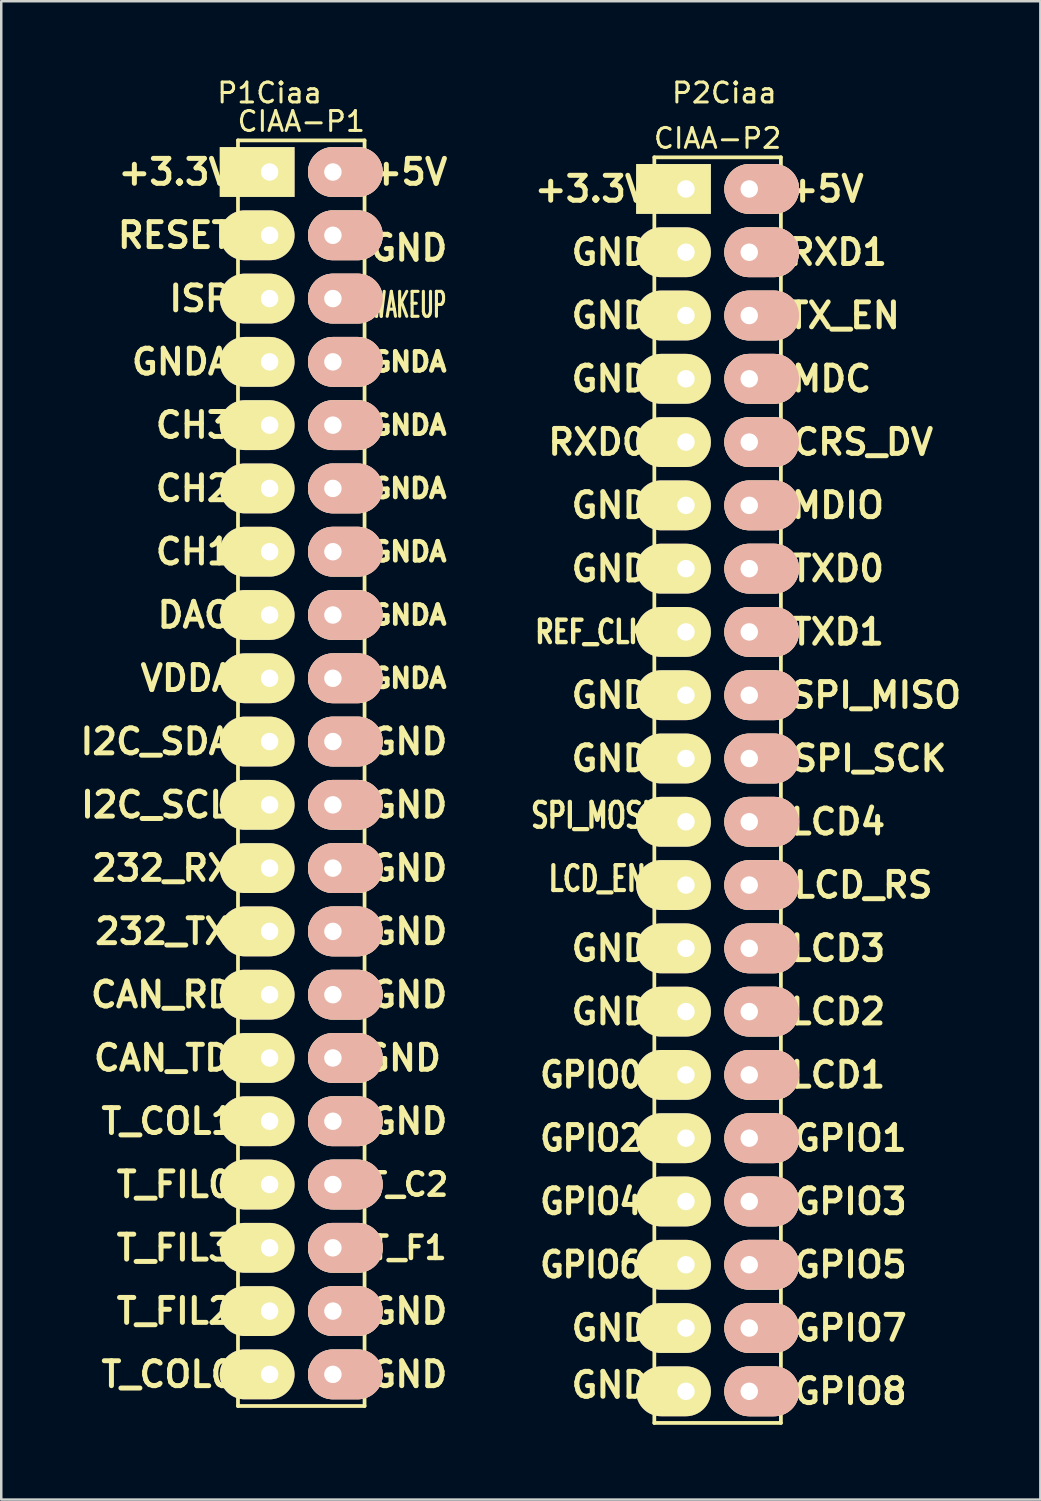
<source format=kicad_pcb>
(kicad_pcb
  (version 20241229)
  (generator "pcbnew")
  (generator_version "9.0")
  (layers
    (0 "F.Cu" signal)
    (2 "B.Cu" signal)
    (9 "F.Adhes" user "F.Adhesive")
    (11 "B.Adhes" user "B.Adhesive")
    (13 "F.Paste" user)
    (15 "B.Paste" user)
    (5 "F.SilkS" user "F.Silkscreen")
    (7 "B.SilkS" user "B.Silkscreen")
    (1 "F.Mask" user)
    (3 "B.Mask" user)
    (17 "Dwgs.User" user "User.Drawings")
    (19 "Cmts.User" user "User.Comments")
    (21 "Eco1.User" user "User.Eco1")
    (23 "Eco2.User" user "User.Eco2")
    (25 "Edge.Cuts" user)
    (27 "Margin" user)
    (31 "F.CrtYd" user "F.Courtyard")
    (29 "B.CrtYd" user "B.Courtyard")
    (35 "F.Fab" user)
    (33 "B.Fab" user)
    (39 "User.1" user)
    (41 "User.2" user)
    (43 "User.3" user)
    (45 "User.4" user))
  (footprint "P1Ciaa"
    (layer "F.Cu")
    (at 7.772 3.854)
    (property "Reference" "P1Ciaa" (at 0 -3.175 0) (layer "F.SilkS") (effects (font (size 0.8 0.8) (thickness 0.12))))
    (attr through_hole)
    (fp_line (start -1.27 49.53) (end -1.27 -1.27) (stroke (width 0.15) (type solid)) (layer "F.SilkS"))
    (fp_line (start 3.81 -1.27) (end -1.27 -1.27) (stroke (width 0.15) (type solid)) (layer "F.SilkS"))
    (fp_line (start 3.81 49.53) (end -1.27 49.53) (stroke (width 0.15) (type solid)) (layer "F.SilkS"))
    (fp_line (start 3.81 49.53) (end 3.81 -1.27) (stroke (width 0.15) (type solid)) (layer "F.SilkS"))
    (fp_text user "GNDA" (at 5.588 20.32 0) (layer "F.SilkS") (effects (font (size 0.76 0.76) (thickness 0.19))))
    (fp_text user "CAN_RD" (at -4.318 33.02 0) (layer "F.SilkS") (effects (font (size 1 1) (thickness 0.2))))
    (fp_text user "GND" (at 5.588 38.1 0) (layer "F.SilkS") (effects (font (size 1 1) (thickness 0.2))))
    (fp_text user "T_F1" (at 5.588 43.18 0) (layer "F.SilkS") (effects (font (size 0.9 0.9) (thickness 0.18))))
    (fp_text user "232_TX" (at -4.318 30.48 0) (layer "F.SilkS") (effects (font (size 1 1) (thickness 0.2))))
    (fp_text user "GND" (at 5.588 27.94 0) (layer "F.SilkS") (effects (font (size 1 1) (thickness 0.2))))
    (fp_text user "WAKEUP" (at 5.588 5.334 0) (layer "F.SilkS") (effects (font (size 1 0.5) (thickness 0.125))))
    (fp_text user "GND" (at 5.588 48.26 0) (layer "F.SilkS") (effects (font (size 1 1) (thickness 0.2))))
    (fp_text user "T_FIL0" (at -3.81 40.64 0) (layer "F.SilkS") (effects (font (size 1 1) (thickness 0.2))))
    (fp_text user "CH1" (at -3.048 15.24 0) (layer "F.SilkS") (effects (font (size 1 1) (thickness 0.2))))
    (fp_text user "T_FIL3" (at -3.81 43.18 0) (layer "F.SilkS") (effects (font (size 1 1) (thickness 0.2))))
    (fp_text user "GNDA" (at 5.588 12.7 0) (layer "F.SilkS") (effects (font (size 0.76 0.76) (thickness 0.19))))
    (fp_text user "ISP" (at -2.794 5.08 0) (layer "F.SilkS") (effects (font (size 1 1) (thickness 0.2))))
    (fp_text user "CAN_TD" (at -4.318 35.56 0) (layer "F.SilkS") (effects (font (size 1 1) (thickness 0.2))))
    (fp_text user "GND" (at 5.588 25.4 0) (layer "F.SilkS") (effects (font (size 1 1) (thickness 0.2))))
    (fp_text user "GND" (at 5.588 33.02 0) (layer "F.SilkS") (effects (font (size 1 1) (thickness 0.2))))
    (fp_text user "T_COL1" (at -4.064 38.1 0) (layer "F.SilkS") (effects (font (size 1 1) (thickness 0.2))))
    (fp_text user "GND" (at 5.588 30.48 0) (layer "F.SilkS") (effects (font (size 1 1) (thickness 0.2))))
    (fp_text user "I2C_SCL" (at -4.572 25.4 0) (layer "F.SilkS") (effects (font (size 1 1) (thickness 0.2))))
    (fp_text user "GND" (at 5.334 35.56 0) (layer "F.SilkS") (effects (font (size 1 1) (thickness 0.2))))
    (fp_text user "CIAA-P1" (at 1.27 -2.032 0) (layer "F.SilkS") (effects (font (size 0.8 0.8) (thickness 0.12))))
    (fp_text user "T_COL0" (at -4.064 48.26 0) (layer "F.SilkS") (effects (font (size 1 1) (thickness 0.2))))
    (fp_text user "232_RX" (at -4.318 27.94 0) (layer "F.SilkS") (effects (font (size 1 1) (thickness 0.2))))
    (fp_text user "GND" (at 5.588 45.72 0) (layer "F.SilkS") (effects (font (size 1 1) (thickness 0.2))))
    (fp_text user "T_C2" (at 5.588 40.64 0) (layer "F.SilkS") (effects (font (size 0.9 0.9) (thickness 0.18))))
    (fp_text user "GNDA" (at 5.588 17.78 0) (layer "F.SilkS") (effects (font (size 0.76 0.76) (thickness 0.19))))
    (fp_text user "DAC" (at -3.048 17.78 0) (layer "F.SilkS") (effects (font (size 1 1) (thickness 0.2))))
    (fp_text user "GNDA" (at 5.588 10.16 0) (layer "F.SilkS") (effects (font (size 0.76 0.76) (thickness 0.19))))
    (fp_text user "+5V" (at 5.588 0 0) (layer "F.SilkS") (effects (font (size 1 1) (thickness 0.2))))
    (fp_text user "VDDA" (at -3.302 20.32 0) (layer "F.SilkS") (effects (font (size 1 1) (thickness 0.2))))
    (fp_text user "GNDA" (at 5.588 7.62 0) (layer "F.SilkS") (effects (font (size 0.76 0.76) (thickness 0.19))))
    (fp_text user "RESET" (at -3.81 2.54 0) (layer "F.SilkS") (effects (font (size 1 1) (thickness 0.2))))
    (fp_text user "CH2" (at -3.048 12.7 0) (layer "F.SilkS") (effects (font (size 1 1) (thickness 0.2))))
    (fp_text user "+3.3V" (at -3.81 0 0) (layer "F.SilkS") (effects (font (size 1 1) (thickness 0.2))))
    (fp_text user "T_FIL2" (at -3.81 45.72 0) (layer "F.SilkS") (effects (font (size 1 1) (thickness 0.2))))
    (fp_text user "GNDA" (at -3.556 7.62 0) (layer "F.SilkS") (effects (font (size 1 1) (thickness 0.2))))
    (fp_text user "GND" (at 5.588 22.86 0) (layer "F.SilkS") (effects (font (size 1 1) (thickness 0.2))))
    (fp_text user "GNDA" (at 5.588 15.24 0) (layer "F.SilkS") (effects (font (size 0.76 0.76) (thickness 0.19))))
    (fp_text user "CH3" (at -3.048 10.16 0) (layer "F.SilkS") (effects (font (size 1 1) (thickness 0.2))))
    (fp_text user "GND" (at 5.588 3.048 0) (layer "F.SilkS") (effects (font (size 1 1) (thickness 0.2))))
    (fp_text user "I2C_SDA" (at -4.572 22.86 0) (layer "F.SilkS") (effects (font (size 1 1) (thickness 0.2))))
    (pad "1" thru_hole rect (at 0 0 270) (size 2 3) (drill 0.7 (offset 0 0.5)) (layers "*.Cu" "*.Mask" "F.SilkS"))
    (pad "2" thru_hole oval (at 2.54 0 270) (size 2 3) (drill 0.7 (offset 0 -0.5)) (layers "*.Cu" "*.SilkS" "*.Mask"))
    (pad "3" thru_hole oval (at 0 2.54 270) (size 2 3) (drill 0.7 (offset 0 0.5)) (layers "*.Cu" "*.Mask" "F.SilkS"))
    (pad "4" thru_hole oval (at 2.54 2.54 270) (size 2 3) (drill 0.7 (offset 0 -0.5)) (layers "*.Cu" "*.SilkS" "*.Mask"))
    (pad "5" thru_hole oval (at 0 5.08 270) (size 2 3) (drill 0.7 (offset 0 0.5)) (layers "*.Cu" "*.Mask" "F.SilkS"))
    (pad "6" thru_hole oval (at 2.54 5.08 270) (size 2 3) (drill 0.7 (offset 0 -0.5)) (layers "*.Cu" "*.SilkS" "*.Mask"))
    (pad "7" thru_hole oval (at 0 7.62 270) (size 2 3) (drill 0.7 (offset 0 0.5)) (layers "*.Cu" "*.Mask" "F.SilkS"))
    (pad "8" thru_hole oval (at 2.54 7.62 270) (size 2 3) (drill 0.7 (offset 0 -0.5)) (layers "*.Cu" "*.SilkS" "*.Mask"))
    (pad "9" thru_hole oval (at 0 10.16 270) (size 2 3) (drill 0.7 (offset 0 0.5)) (layers "*.Cu" "*.Mask" "F.SilkS"))
    (pad "10" thru_hole oval (at 2.54 10.16 270) (size 2 3) (drill 0.7 (offset 0 -0.5)) (layers "*.Cu" "*.SilkS" "*.Mask"))
    (pad "11" thru_hole oval (at 0 12.7 270) (size 2 3) (drill 0.7 (offset 0 0.5)) (layers "*.Cu" "*.Mask" "F.SilkS"))
    (pad "12" thru_hole oval (at 2.54 12.7 270) (size 2 3) (drill 0.7 (offset 0 -0.5)) (layers "*.Cu" "*.SilkS" "*.Mask"))
    (pad "13" thru_hole oval (at 0 15.24 270) (size 2 3) (drill 0.7 (offset 0 0.5)) (layers "*.Cu" "*.Mask" "F.SilkS"))
    (pad "14" thru_hole oval (at 2.54 15.24 270) (size 2 3) (drill 0.7 (offset 0 -0.5)) (layers "*.Cu" "*.SilkS" "*.Mask"))
    (pad "15" thru_hole oval (at 0 17.78 270) (size 2 3) (drill 0.7 (offset 0 0.5)) (layers "*.Cu" "*.Mask" "F.SilkS"))
    (pad "16" thru_hole oval (at 2.54 17.78 270) (size 2 3) (drill 0.7 (offset 0 -0.5)) (layers "*.Cu" "*.SilkS" "*.Mask"))
    (pad "17" thru_hole oval (at 0 20.32 270) (size 2 3) (drill 0.7 (offset 0 0.5)) (layers "*.Cu" "*.Mask" "F.SilkS"))
    (pad "18" thru_hole oval (at 2.54 20.32 270) (size 2 3) (drill 0.7 (offset 0 -0.5)) (layers "*.Cu" "*.SilkS" "*.Mask"))
    (pad "19" thru_hole oval (at 0 22.86 270) (size 2 3) (drill 0.7 (offset 0 0.5)) (layers "*.Cu" "*.Mask" "F.SilkS"))
    (pad "20" thru_hole oval (at 2.54 22.86 270) (size 2 3) (drill 0.7 (offset 0 -0.5)) (layers "*.Cu" "*.SilkS" "*.Mask"))
    (pad "21" thru_hole oval (at 0 25.4 270) (size 2 3) (drill 0.7 (offset 0 0.5)) (layers "*.Cu" "*.Mask" "F.SilkS"))
    (pad "22" thru_hole oval (at 2.54 25.4 270) (size 2 3) (drill 0.7 (offset 0 -0.5)) (layers "*.Cu" "*.SilkS" "*.Mask"))
    (pad "23" thru_hole oval (at 0 27.94 270) (size 2 3) (drill 0.7 (offset 0 0.5)) (layers "*.Cu" "*.Mask" "F.SilkS"))
    (pad "24" thru_hole oval (at 2.54 27.94 270) (size 2 3) (drill 0.7 (offset 0 -0.5)) (layers "*.Cu" "*.SilkS" "*.Mask"))
    (pad "25" thru_hole oval (at 0 30.48 270) (size 2 3) (drill 0.7 (offset 0 0.5)) (layers "*.Cu" "*.Mask" "F.SilkS"))
    (pad "26" thru_hole oval (at 2.54 30.48 270) (size 2 3) (drill 0.7 (offset 0 -0.5)) (layers "*.Cu" "*.SilkS" "*.Mask"))
    (pad "27" thru_hole oval (at 0 33.02 270) (size 2 3) (drill 0.7 (offset 0 0.5)) (layers "*.Cu" "*.Mask" "F.SilkS"))
    (pad "28" thru_hole oval (at 2.54 33.02 270) (size 2 3) (drill 0.7 (offset 0 -0.5)) (layers "*.Cu" "*.SilkS" "*.Mask"))
    (pad "29" thru_hole oval (at 0 35.56 270) (size 2 3) (drill 0.7 (offset 0 0.5)) (layers "*.Cu" "*.Mask" "F.SilkS"))
    (pad "30" thru_hole oval (at 2.54 35.56 270) (size 2 3) (drill 0.7 (offset 0 -0.5)) (layers "*.Cu" "*.SilkS" "*.Mask"))
    (pad "31" thru_hole oval (at 0 38.1 270) (size 2 3) (drill 0.7 (offset 0 0.5)) (layers "*.Cu" "*.Mask" "F.SilkS"))
    (pad "32" thru_hole oval (at 2.54 38.1 270) (size 2 3) (drill 0.7 (offset 0 -0.5)) (layers "*.Cu" "*.SilkS" "*.Mask"))
    (pad "33" thru_hole oval (at 0 40.64 270) (size 2 3) (drill 0.7 (offset 0 0.5)) (layers "*.Cu" "*.Mask" "F.SilkS"))
    (pad "34" thru_hole oval (at 2.54 40.64 270) (size 2 3) (drill 0.7 (offset 0 -0.5)) (layers "*.Cu" "*.SilkS" "*.Mask"))
    (pad "35" thru_hole oval (at 0 43.18 270) (size 2 3) (drill 0.7 (offset 0 0.5)) (layers "*.Cu" "*.Mask" "F.SilkS"))
    (pad "36" thru_hole oval (at 2.54 43.18 270) (size 2 3) (drill 0.7 (offset 0 -0.5)) (layers "*.Cu" "*.SilkS" "*.Mask"))
    (pad "37" thru_hole oval (at 0 45.72 270) (size 2 3) (drill 0.7 (offset 0 0.5)) (layers "*.Cu" "*.Mask" "F.SilkS"))
    (pad "38" thru_hole oval (at 2.54 45.72 270) (size 2 3) (drill 0.7 (offset 0 -0.5)) (layers "*.Cu" "*.SilkS" "*.Mask"))
    (pad "39" thru_hole oval (at 0 48.26 270) (size 2 3) (drill 0.7 (offset 0 0.5)) (layers "*.Cu" "*.Mask" "F.SilkS"))
    (pad "40" thru_hole oval (at 2.54 48.26 270) (size 2 3) (drill 0.7 (offset 0 -0.5)) (layers "*.Cu" "*.SilkS" "*.Mask")))
  (footprint "P2Ciaa"
    (layer "F.Cu")
    (at 26.023 3.854)
    (property "Reference" "P2Ciaa" (at 0 -3.175 0) (layer "F.SilkS") (effects (font (size 0.8 0.8) (thickness 0.12))))
    (attr through_hole)
    (fp_line (start -2.81 -0.59) (end 2.27 -0.59) (stroke (width 0.15) (type solid)) (layer "F.SilkS"))
    (fp_line (start -2.81 0.68) (end -2.81 -0.59) (stroke (width 0.15) (type solid)) (layer "F.SilkS"))
    (fp_line (start -2.81 50.21) (end -2.81 0.68) (stroke (width 0.15) (type solid)) (layer "F.SilkS"))
    (fp_line (start 2.27 -0.59) (end 2.27 50.21) (stroke (width 0.15) (type solid)) (layer "F.SilkS"))
    (fp_line (start 2.27 50.21) (end -2.81 50.21) (stroke (width 0.15) (type solid)) (layer "F.SilkS"))
    (fp_text user "GND" (at -4.588 46.4 0) (layer "F.SilkS") (effects (font (size 1 1) (thickness 0.2))))
    (fp_text user "LCD_EN" (at -5.096 28.366 0) (layer "F.SilkS") (effects (font (size 1 0.7) (thickness 0.17))))
    (fp_text user "GPIO0" (at -5.35 36.24 0) (layer "F.SilkS") (effects (font (size 1 0.9) (thickness 0.2))))
    (fp_text user "GPIO1" (at 5.064 38.78 0) (layer "F.SilkS") (effects (font (size 1 1) (thickness 0.2))))
    (fp_text user "GND" (at -4.588 33.7 0) (layer "F.SilkS") (effects (font (size 1 1) (thickness 0.2))))
    (fp_text user "MDIO" (at 4.556 13.38 0) (layer "F.SilkS") (effects (font (size 1 1) (thickness 0.2))))
    (fp_text user "LCD2" (at 4.556 33.7 0) (layer "F.SilkS") (effects (font (size 1 1) (thickness 0.2))))
    (fp_text user "TXD0" (at 4.556 15.92 0) (layer "F.SilkS") (effects (font (size 1 1) (thickness 0.2))))
    (fp_text user "GND" (at -4.588 21 0) (layer "F.SilkS") (effects (font (size 1 1) (thickness 0.2))))
    (fp_text user "GND" (at -4.588 5.76 0) (layer "F.SilkS") (effects (font (size 1 1) (thickness 0.2))))
    (fp_text user "TX_EN" (at 4.81 5.76 0) (layer "F.SilkS") (effects (font (size 1 1) (thickness 0.2))))
    (fp_text user "+3.3V" (at -5.35 0.68 0) (layer "F.SilkS") (effects (font (size 1 1) (thickness 0.2))))
    (fp_text user "GPIO6" (at -5.35 43.86 0) (layer "F.SilkS") (effects (font (size 1 0.9) (thickness 0.2))))
    (fp_text user "GND" (at -4.588 23.54 0) (layer "F.SilkS") (effects (font (size 1 1) (thickness 0.2))))
    (fp_text user "SPI_MOSI" (at -5.35 25.826 0) (layer "F.SilkS") (effects (font (size 1 0.7) (thickness 0.17))))
    (fp_text user "LCD3" (at 4.556 31.16 0) (layer "F.SilkS") (effects (font (size 1 1) (thickness 0.2))))
    (fp_text user "GPIO3" (at 5.064 41.32 0) (layer "F.SilkS") (effects (font (size 1 1) (thickness 0.2))))
    (fp_text user "GND" (at -4.588 3.22 0) (layer "F.SilkS") (effects (font (size 1 1) (thickness 0.2))))
    (fp_text user "REF_CLK" (at -5.35 18.46 0) (layer "F.SilkS") (effects (font (size 0.9 0.7) (thickness 0.175))))
    (fp_text user "GPIO5" (at 5.064 43.86 0) (layer "F.SilkS") (effects (font (size 1 1) (thickness 0.2))))
    (fp_text user "SPI_MISO" (at 6.08 21 0) (layer "F.SilkS") (effects (font (size 1 1) (thickness 0.2))))
    (fp_text user "RXD0" (at -5.096 10.84 0) (layer "F.SilkS") (effects (font (size 1 1) (thickness 0.2))))
    (fp_text user "GPIO7" (at 5.064 46.4 0) (layer "F.SilkS") (effects (font (size 1 1) (thickness 0.2))))
    (fp_text user "GND" (at -4.588 31.16 0) (layer "F.SilkS") (effects (font (size 1 1) (thickness 0.2))))
    (fp_text user "RXD1" (at 4.556 3.22 0) (layer "F.SilkS") (effects (font (size 1 1) (thickness 0.2))))
    (fp_text user "GPIO4" (at -5.35 41.32 0) (layer "F.SilkS") (effects (font (size 1 0.9) (thickness 0.2))))
    (fp_text user "SPI_SCK" (at 5.826 23.54 0) (layer "F.SilkS") (effects (font (size 1 1) (thickness 0.2))))
    (fp_text user "CRS_DV" (at 5.572 10.84 0) (layer "F.SilkS") (effects (font (size 1 1) (thickness 0.2))))
    (fp_text user "LCD4" (at 4.556 26.08 0) (layer "F.SilkS") (effects (font (size 1 1) (thickness 0.2))))
    (fp_text user "CIAA-P2" (at -0.27 -1.352 0) (layer "F.SilkS") (effects (font (size 0.8 0.8) (thickness 0.12))))
    (fp_text user "MDC" (at 4.302 8.3 0) (layer "F.SilkS") (effects (font (size 1 1) (thickness 0.2))))
    (fp_text user "TXD1" (at 4.556 18.46 0) (layer "F.SilkS") (effects (font (size 1 1) (thickness 0.2))))
    (fp_text user "+5V" (at 4.048 0.68 0) (layer "F.SilkS") (effects (font (size 1 1) (thickness 0.2))))
    (fp_text user "GND" (at -4.588 15.92 0) (layer "F.SilkS") (effects (font (size 1 1) (thickness 0.2))))
    (fp_text user "GND" (at -4.588 13.38 0) (layer "F.SilkS") (effects (font (size 1 1) (thickness 0.2))))
    (fp_text user "GPIO8" (at 5.064 48.94 0) (layer "F.SilkS") (effects (font (size 1 1) (thickness 0.2))))
    (fp_text user "GND" (at -4.588 48.686 0) (layer "F.SilkS") (effects (font (size 1 1) (thickness 0.2))))
    (fp_text user "GPIO2" (at -5.35 38.78 0) (layer "F.SilkS") (effects (font (size 1 0.9) (thickness 0.2))))
    (fp_text user "GND" (at -4.588 8.3 0) (layer "F.SilkS") (effects (font (size 1 1) (thickness 0.2))))
    (fp_text user "LCD1" (at 4.556 36.24 0) (layer "F.SilkS") (effects (font (size 1 1) (thickness 0.2))))
    (fp_text user "LCD_RS" (at 5.572 28.62 0) (layer "F.SilkS") (effects (font (size 1 1) (thickness 0.2))))
    (pad "1" thru_hole rect (at -1.54 0.68 270) (size 2 3) (drill 0.7 (offset 0 0.5)) (layers "*.Cu" "*.Mask" "F.SilkS"))
    (pad "2" thru_hole oval (at 1 0.68 270) (size 2 3) (drill 0.7 (offset 0 -0.5)) (layers "*.Cu" "*.SilkS" "*.Mask"))
    (pad "3" thru_hole oval (at -1.54 3.22 270) (size 2 3) (drill 0.7 (offset 0 0.5)) (layers "*.Cu" "*.Mask" "F.SilkS"))
    (pad "4" thru_hole oval (at 1 3.22 270) (size 2 3) (drill 0.7 (offset 0 -0.5)) (layers "*.Cu" "*.SilkS" "*.Mask"))
    (pad "5" thru_hole oval (at -1.54 5.76 270) (size 2 3) (drill 0.7 (offset 0 0.5)) (layers "*.Cu" "*.Mask" "F.SilkS"))
    (pad "6" thru_hole oval (at 1 5.76 270) (size 2 3) (drill 0.7 (offset 0 -0.5)) (layers "*.Cu" "*.SilkS" "*.Mask"))
    (pad "7" thru_hole oval (at -1.54 8.3 270) (size 2 3) (drill 0.7 (offset 0 0.5)) (layers "*.Cu" "*.Mask" "F.SilkS"))
    (pad "8" thru_hole oval (at 1 8.3 270) (size 2 3) (drill 0.7 (offset 0 -0.5)) (layers "*.Cu" "*.SilkS" "*.Mask"))
    (pad "9" thru_hole oval (at -1.54 10.84 270) (size 2 3) (drill 0.7 (offset 0 0.5)) (layers "*.Cu" "*.Mask" "F.SilkS"))
    (pad "10" thru_hole oval (at 1 10.84 270) (size 2 3) (drill 0.7 (offset 0 -0.5)) (layers "*.Cu" "*.SilkS" "*.Mask"))
    (pad "11" thru_hole oval (at -1.54 13.38 270) (size 2 3) (drill 0.7 (offset 0 0.5)) (layers "*.Cu" "*.Mask" "F.SilkS"))
    (pad "12" thru_hole oval (at 1 13.38 270) (size 2 3) (drill 0.7 (offset 0 -0.5)) (layers "*.Cu" "*.SilkS" "*.Mask"))
    (pad "13" thru_hole oval (at -1.54 15.92 270) (size 2 3) (drill 0.7 (offset 0 0.5)) (layers "*.Cu" "*.Mask" "F.SilkS"))
    (pad "14" thru_hole oval (at 1 15.92 270) (size 2 3) (drill 0.7 (offset 0 -0.5)) (layers "*.Cu" "*.SilkS" "*.Mask"))
    (pad "15" thru_hole oval (at -1.54 18.46 270) (size 2 3) (drill 0.7 (offset 0 0.5)) (layers "*.Cu" "*.Mask" "F.SilkS"))
    (pad "16" thru_hole oval (at 1 18.46 270) (size 2 3) (drill 0.7 (offset 0 -0.5)) (layers "*.Cu" "*.SilkS" "*.Mask"))
    (pad "17" thru_hole oval (at -1.54 21 270) (size 2 3) (drill 0.7 (offset 0 0.5)) (layers "*.Cu" "*.Mask" "F.SilkS"))
    (pad "18" thru_hole oval (at 1 21 270) (size 2 3) (drill 0.7 (offset 0 -0.5)) (layers "*.Cu" "*.SilkS" "*.Mask"))
    (pad "19" thru_hole oval (at -1.54 23.54 270) (size 2 3) (drill 0.7 (offset 0 0.5)) (layers "*.Cu" "*.Mask" "F.SilkS"))
    (pad "20" thru_hole oval (at 1 23.54 270) (size 2 3) (drill 0.7 (offset 0 -0.5)) (layers "*.Cu" "*.SilkS" "*.Mask"))
    (pad "21" thru_hole oval (at -1.54 26.08 270) (size 2 3) (drill 0.7 (offset 0 0.5)) (layers "*.Cu" "*.Mask" "F.SilkS"))
    (pad "22" thru_hole oval (at 1 26.08 270) (size 2 3) (drill 0.7 (offset 0 -0.5)) (layers "*.Cu" "*.SilkS" "*.Mask"))
    (pad "23" thru_hole oval (at -1.54 28.62 270) (size 2 3) (drill 0.7 (offset 0 0.5)) (layers "*.Cu" "*.Mask" "F.SilkS"))
    (pad "24" thru_hole oval (at 1 28.62 270) (size 2 3) (drill 0.7 (offset 0 -0.5)) (layers "*.Cu" "*.SilkS" "*.Mask"))
    (pad "25" thru_hole oval (at -1.54 31.16 270) (size 2 3) (drill 0.7 (offset 0 0.5)) (layers "*.Cu" "*.Mask" "F.SilkS"))
    (pad "26" thru_hole oval (at 1 31.16 270) (size 2 3) (drill 0.7 (offset 0 -0.5)) (layers "*.Cu" "*.SilkS" "*.Mask"))
    (pad "27" thru_hole oval (at -1.54 33.7 270) (size 2 3) (drill 0.7 (offset 0 0.5)) (layers "*.Cu" "*.Mask" "F.SilkS"))
    (pad "28" thru_hole oval (at 1 33.7 270) (size 2 3) (drill 0.7 (offset 0 -0.5)) (layers "*.Cu" "*.SilkS" "*.Mask"))
    (pad "29" thru_hole oval (at -1.54 36.24 270) (size 2 3) (drill 0.7 (offset 0 0.5)) (layers "*.Cu" "*.Mask" "F.SilkS"))
    (pad "30" thru_hole oval (at 1 36.24 270) (size 2 3) (drill 0.7 (offset 0 -0.5)) (layers "*.Cu" "*.SilkS" "*.Mask"))
    (pad "31" thru_hole oval (at -1.54 38.78 270) (size 2 3) (drill 0.7 (offset 0 0.5)) (layers "*.Cu" "*.Mask" "F.SilkS"))
    (pad "32" thru_hole oval (at 1 38.78 270) (size 2 3) (drill 0.7 (offset 0 -0.5)) (layers "*.Cu" "*.SilkS" "*.Mask"))
    (pad "33" thru_hole oval (at -1.54 41.32 270) (size 2 3) (drill 0.7 (offset 0 0.5)) (layers "*.Cu" "*.Mask" "F.SilkS"))
    (pad "34" thru_hole oval (at 1 41.32 270) (size 2 3) (drill 0.7 (offset 0 -0.5)) (layers "*.Cu" "*.SilkS" "*.Mask"))
    (pad "35" thru_hole oval (at -1.54 43.86 270) (size 2 3) (drill 0.7 (offset 0 0.5)) (layers "*.Cu" "*.Mask" "F.SilkS"))
    (pad "36" thru_hole oval (at 1 43.86 270) (size 2 3) (drill 0.7 (offset 0 -0.5)) (layers "*.Cu" "*.SilkS" "*.Mask"))
    (pad "37" thru_hole oval (at -1.54 46.4 270) (size 2 3) (drill 0.7 (offset 0 0.5)) (layers "*.Cu" "*.Mask" "F.SilkS"))
    (pad "38" thru_hole oval (at 1 46.4 270) (size 2 3) (drill 0.7 (offset 0 -0.5)) (layers "*.Cu" "*.SilkS" "*.Mask"))
    (pad "39" thru_hole oval (at -1.54 48.94 270) (size 2 3) (drill 0.7 (offset 0 0.5)) (layers "*.Cu" "*.Mask" "F.SilkS"))
    (pad "40" thru_hole oval (at 1 48.94 270) (size 2 3) (drill 0.7 (offset 0 -0.5)) (layers "*.Cu" "*.SilkS" "*.Mask")))
  (gr_rect
    (start -3 -3)
    (end 38.707 57.139)
    (stroke (width 0.1) (type default))
    (fill no)
    (layer "Edge.Cuts")))
</source>
